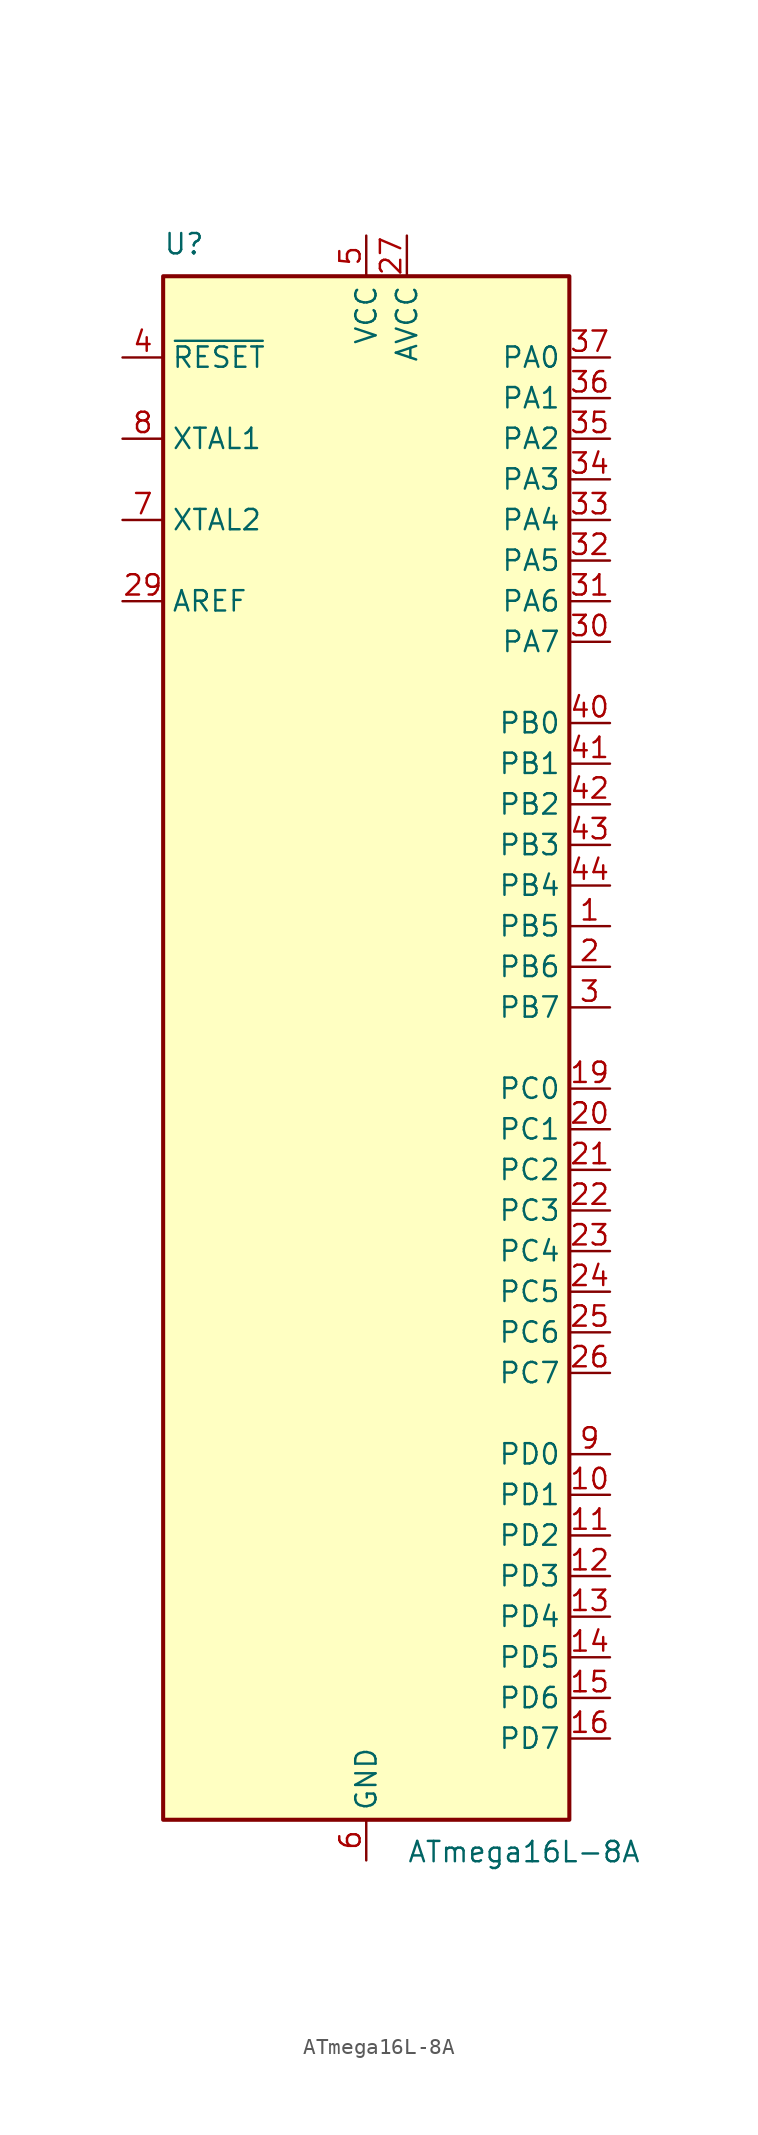
<source format=kicad_sym>
(kicad_symbol_lib
  (version 20201005)
  (generator kicad_symbol_editor)
  (symbol "MCU_Microchip_ATmega:ATmega16L-8A"
    (property "Reference" "U"
      (at -12.7 49.53 0)
      (effects (font (size 1.27 1.27)) (justify left bottom)))
    (property "Value" "ATmega16L-8A"
      (at 2.54 -49.53 0)
      (effects (font (size 1.27 1.27)) (justify left top)))
    (symbol "ATmega16L-8A_0_1"
      (rectangle (start -12.7 -48.26) (end 12.7 48.26) (stroke (width 0.254)) (fill (type background))))
    (symbol "ATmega16L-8A_1_1"
      (pin bidirectional line (at 15.24 7.62 180) (length 2.54) (name "PB5" (effects (font (size 1.27 1.27)))) (number "1" (effects (font (size 1.27 1.27)))))
      (pin bidirectional line (at 15.24 -27.94 180) (length 2.54) (name "PD1" (effects (font (size 1.27 1.27)))) (number "10" (effects (font (size 1.27 1.27)))))
      (pin bidirectional line (at 15.24 -30.48 180) (length 2.54) (name "PD2" (effects (font (size 1.27 1.27)))) (number "11" (effects (font (size 1.27 1.27)))))
      (pin bidirectional line (at 15.24 -33.02 180) (length 2.54) (name "PD3" (effects (font (size 1.27 1.27)))) (number "12" (effects (font (size 1.27 1.27)))))
      (pin bidirectional line (at 15.24 -35.56 180) (length 2.54) (name "PD4" (effects (font (size 1.27 1.27)))) (number "13" (effects (font (size 1.27 1.27)))))
      (pin bidirectional line (at 15.24 -38.1 180) (length 2.54) (name "PD5" (effects (font (size 1.27 1.27)))) (number "14" (effects (font (size 1.27 1.27)))))
      (pin bidirectional line (at 15.24 -40.64 180) (length 2.54) (name "PD6" (effects (font (size 1.27 1.27)))) (number "15" (effects (font (size 1.27 1.27)))))
      (pin bidirectional line (at 15.24 -43.18 180) (length 2.54) (name "PD7" (effects (font (size 1.27 1.27)))) (number "16" (effects (font (size 1.27 1.27)))))
      (pin passive line (at 0 50.8 270) (length 2.54) hide (name "VCC" (effects (font (size 1.27 1.27)))) (number "17" (effects (font (size 1.27 1.27)))))
      (pin passive line (at 0 -50.8 90) (length 2.54) hide (name "GND" (effects (font (size 1.27 1.27)))) (number "18" (effects (font (size 1.27 1.27)))))
      (pin bidirectional line (at 15.24 -2.54 180) (length 2.54) (name "PC0" (effects (font (size 1.27 1.27)))) (number "19" (effects (font (size 1.27 1.27)))))
      (pin bidirectional line (at 15.24 5.08 180) (length 2.54) (name "PB6" (effects (font (size 1.27 1.27)))) (number "2" (effects (font (size 1.27 1.27)))))
      (pin bidirectional line (at 15.24 -5.08 180) (length 2.54) (name "PC1" (effects (font (size 1.27 1.27)))) (number "20" (effects (font (size 1.27 1.27)))))
      (pin bidirectional line (at 15.24 -7.62 180) (length 2.54) (name "PC2" (effects (font (size 1.27 1.27)))) (number "21" (effects (font (size 1.27 1.27)))))
      (pin bidirectional line (at 15.24 -10.16 180) (length 2.54) (name "PC3" (effects (font (size 1.27 1.27)))) (number "22" (effects (font (size 1.27 1.27)))))
      (pin bidirectional line (at 15.24 -12.7 180) (length 2.54) (name "PC4" (effects (font (size 1.27 1.27)))) (number "23" (effects (font (size 1.27 1.27)))))
      (pin bidirectional line (at 15.24 -15.24 180) (length 2.54) (name "PC5" (effects (font (size 1.27 1.27)))) (number "24" (effects (font (size 1.27 1.27)))))
      (pin bidirectional line (at 15.24 -17.78 180) (length 2.54) (name "PC6" (effects (font (size 1.27 1.27)))) (number "25" (effects (font (size 1.27 1.27)))))
      (pin bidirectional line (at 15.24 -20.32 180) (length 2.54) (name "PC7" (effects (font (size 1.27 1.27)))) (number "26" (effects (font (size 1.27 1.27)))))
      (pin power_in line (at 2.54 50.8 270) (length 2.54) (name "AVCC" (effects (font (size 1.27 1.27)))) (number "27" (effects (font (size 1.27 1.27)))))
      (pin passive line (at 0 -50.8 90) (length 2.54) hide (name "GND" (effects (font (size 1.27 1.27)))) (number "28" (effects (font (size 1.27 1.27)))))
      (pin passive line (at -15.24 27.94 0) (length 2.54) (name "AREF" (effects (font (size 1.27 1.27)))) (number "29" (effects (font (size 1.27 1.27)))))
      (pin bidirectional line (at 15.24 2.54 180) (length 2.54) (name "PB7" (effects (font (size 1.27 1.27)))) (number "3" (effects (font (size 1.27 1.27)))))
      (pin bidirectional line (at 15.24 25.4 180) (length 2.54) (name "PA7" (effects (font (size 1.27 1.27)))) (number "30" (effects (font (size 1.27 1.27)))))
      (pin bidirectional line (at 15.24 27.94 180) (length 2.54) (name "PA6" (effects (font (size 1.27 1.27)))) (number "31" (effects (font (size 1.27 1.27)))))
      (pin bidirectional line (at 15.24 30.48 180) (length 2.54) (name "PA5" (effects (font (size 1.27 1.27)))) (number "32" (effects (font (size 1.27 1.27)))))
      (pin bidirectional line (at 15.24 33.02 180) (length 2.54) (name "PA4" (effects (font (size 1.27 1.27)))) (number "33" (effects (font (size 1.27 1.27)))))
      (pin bidirectional line (at 15.24 35.56 180) (length 2.54) (name "PA3" (effects (font (size 1.27 1.27)))) (number "34" (effects (font (size 1.27 1.27)))))
      (pin bidirectional line (at 15.24 38.1 180) (length 2.54) (name "PA2" (effects (font (size 1.27 1.27)))) (number "35" (effects (font (size 1.27 1.27)))))
      (pin bidirectional line (at 15.24 40.64 180) (length 2.54) (name "PA1" (effects (font (size 1.27 1.27)))) (number "36" (effects (font (size 1.27 1.27)))))
      (pin bidirectional line (at 15.24 43.18 180) (length 2.54) (name "PA0" (effects (font (size 1.27 1.27)))) (number "37" (effects (font (size 1.27 1.27)))))
      (pin passive line (at 0 50.8 270) (length 2.54) hide (name "VCC" (effects (font (size 1.27 1.27)))) (number "38" (effects (font (size 1.27 1.27)))))
      (pin passive line (at 0 -50.8 90) (length 2.54) hide (name "GND" (effects (font (size 1.27 1.27)))) (number "39" (effects (font (size 1.27 1.27)))))
      (pin input line (at -15.24 43.18 0) (length 2.54) (name "~RESET" (effects (font (size 1.27 1.27)))) (number "4" (effects (font (size 1.27 1.27)))))
      (pin bidirectional line (at 15.24 20.32 180) (length 2.54) (name "PB0" (effects (font (size 1.27 1.27)))) (number "40" (effects (font (size 1.27 1.27)))))
      (pin bidirectional line (at 15.24 17.78 180) (length 2.54) (name "PB1" (effects (font (size 1.27 1.27)))) (number "41" (effects (font (size 1.27 1.27)))))
      (pin bidirectional line (at 15.24 15.24 180) (length 2.54) (name "PB2" (effects (font (size 1.27 1.27)))) (number "42" (effects (font (size 1.27 1.27)))))
      (pin bidirectional line (at 15.24 12.7 180) (length 2.54) (name "PB3" (effects (font (size 1.27 1.27)))) (number "43" (effects (font (size 1.27 1.27)))))
      (pin bidirectional line (at 15.24 10.16 180) (length 2.54) (name "PB4" (effects (font (size 1.27 1.27)))) (number "44" (effects (font (size 1.27 1.27)))))
      (pin power_in line (at 0 50.8 270) (length 2.54) (name "VCC" (effects (font (size 1.27 1.27)))) (number "5" (effects (font (size 1.27 1.27)))))
      (pin power_in line (at 0 -50.8 90) (length 2.54) (name "GND" (effects (font (size 1.27 1.27)))) (number "6" (effects (font (size 1.27 1.27)))))
      (pin output line (at -15.24 33.02 0) (length 2.54) (name "XTAL2" (effects (font (size 1.27 1.27)))) (number "7" (effects (font (size 1.27 1.27)))))
      (pin input line (at -15.24 38.1 0) (length 2.54) (name "XTAL1" (effects (font (size 1.27 1.27)))) (number "8" (effects (font (size 1.27 1.27)))))
      (pin bidirectional line (at 15.24 -25.4 180) (length 2.54) (name "PD0" (effects (font (size 1.27 1.27)))) (number "9" (effects (font (size 1.27 1.27))))))))
</source>
